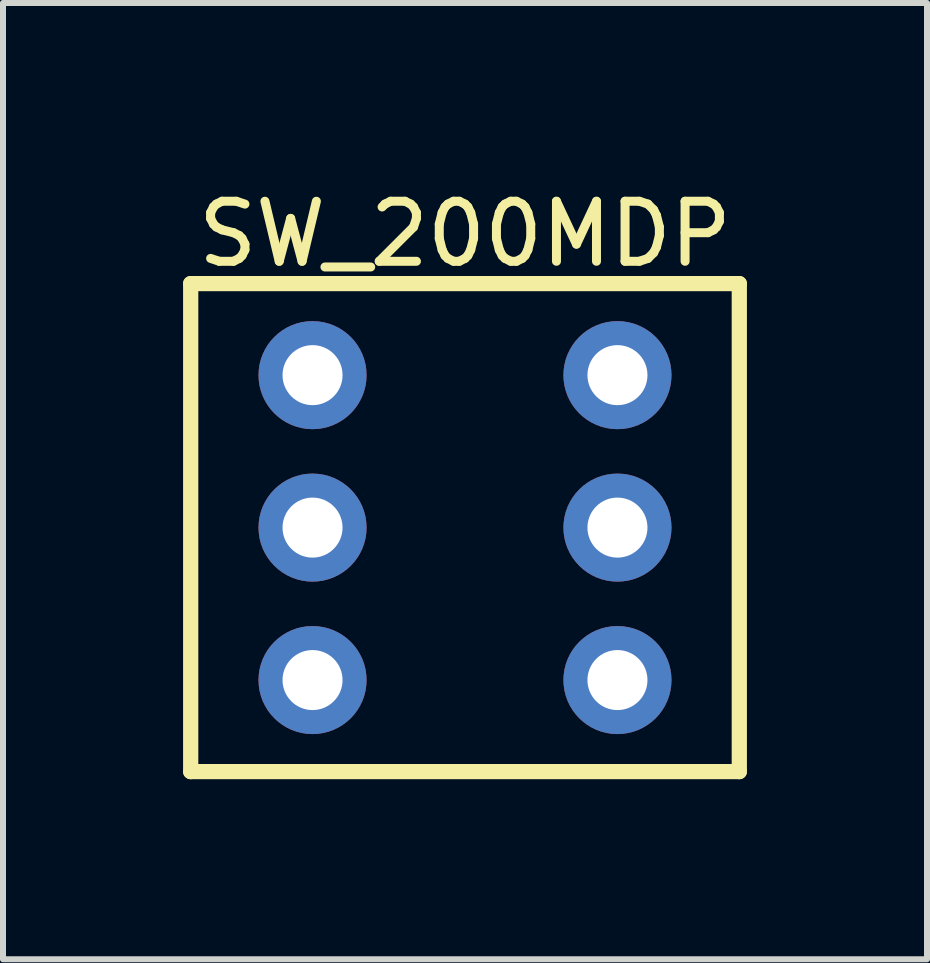
<source format=kicad_pcb>
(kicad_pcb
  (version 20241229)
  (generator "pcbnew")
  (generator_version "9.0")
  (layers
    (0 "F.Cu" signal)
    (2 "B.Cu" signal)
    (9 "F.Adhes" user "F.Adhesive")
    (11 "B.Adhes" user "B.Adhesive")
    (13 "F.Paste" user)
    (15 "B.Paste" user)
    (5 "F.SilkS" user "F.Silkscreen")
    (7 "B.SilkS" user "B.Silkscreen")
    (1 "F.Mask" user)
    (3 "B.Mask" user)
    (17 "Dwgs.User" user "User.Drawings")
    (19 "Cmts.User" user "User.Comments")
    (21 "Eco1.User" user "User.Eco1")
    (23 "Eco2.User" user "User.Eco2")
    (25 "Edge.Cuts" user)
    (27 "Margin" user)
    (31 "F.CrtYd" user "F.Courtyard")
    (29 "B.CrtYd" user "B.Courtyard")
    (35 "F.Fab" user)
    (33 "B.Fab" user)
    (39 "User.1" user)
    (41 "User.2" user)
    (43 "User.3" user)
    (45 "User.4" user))
  (footprint "SW_200MDP"
    (layer "F.Cu")
    (at 4.697 5.74)
    (property "Reference" "SW_200MDP" (at 0 -4.892 0) (layer "F.SilkS") (effects (font (size 1 1) (thickness 0.15))))
    (fp_line (start -4.57 -4.065) (end 4.57 -4.065) (stroke (width 0.254) (type solid)) (layer "F.SilkS"))
    (fp_line (start -4.57 4.065) (end -4.57 -4.065) (stroke (width 0.254) (type solid)) (layer "F.SilkS"))
    (fp_line (start -4.57 4.065) (end 4.57 4.065) (stroke (width 0.254) (type solid)) (layer "F.SilkS"))
    (fp_line (start 4.57 4.065) (end 4.57 -4.065) (stroke (width 0.254) (type solid)) (layer "F.SilkS"))
    (pad "1" thru_hole circle (at -2.54 2.54) (size 1.8 1.8) (drill 1) (layers "*.Cu" "*.Mask"))
    (pad "2" thru_hole circle (at -2.54 0) (size 1.8 1.8) (drill 1) (layers "*.Cu" "*.Mask"))
    (pad "3" thru_hole circle (at -2.54 -2.54) (size 1.8 1.8) (drill 1) (layers "*.Cu" "*.Mask"))
    (pad "4" thru_hole circle (at 2.54 2.54) (size 1.8 1.8) (drill 1) (layers "*.Cu" "*.Mask"))
    (pad "5" thru_hole circle (at 2.54 0) (size 1.8 1.8) (drill 1) (layers "*.Cu" "*.Mask"))
    (pad "6" thru_hole circle (at 2.54 -2.54) (size 1.8 1.8) (drill 1) (layers "*.Cu" "*.Mask")))
  (gr_rect
    (start -3 -3)
    (end 12.394 12.932)
    (stroke (width 0.1) (type default))
    (fill no)
    (layer "Edge.Cuts")))
</source>
